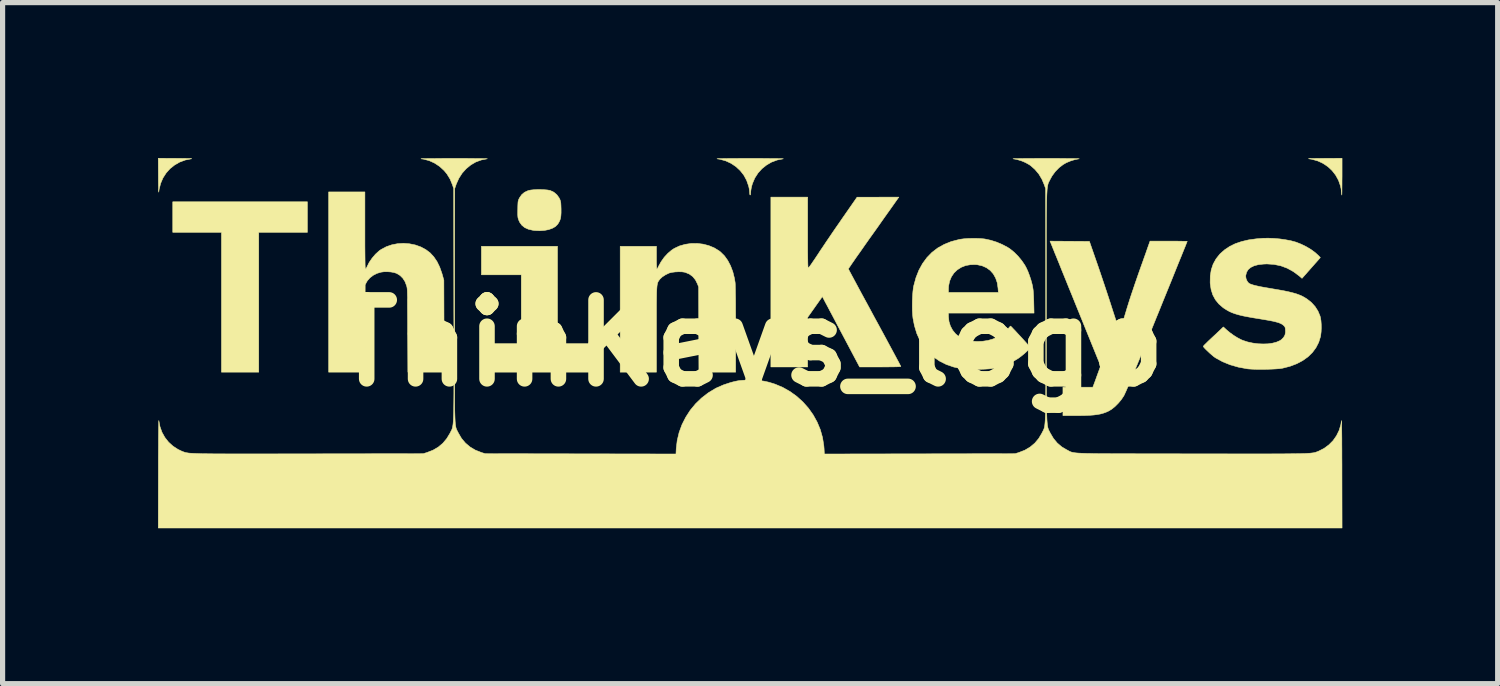
<source format=kicad_pcb>
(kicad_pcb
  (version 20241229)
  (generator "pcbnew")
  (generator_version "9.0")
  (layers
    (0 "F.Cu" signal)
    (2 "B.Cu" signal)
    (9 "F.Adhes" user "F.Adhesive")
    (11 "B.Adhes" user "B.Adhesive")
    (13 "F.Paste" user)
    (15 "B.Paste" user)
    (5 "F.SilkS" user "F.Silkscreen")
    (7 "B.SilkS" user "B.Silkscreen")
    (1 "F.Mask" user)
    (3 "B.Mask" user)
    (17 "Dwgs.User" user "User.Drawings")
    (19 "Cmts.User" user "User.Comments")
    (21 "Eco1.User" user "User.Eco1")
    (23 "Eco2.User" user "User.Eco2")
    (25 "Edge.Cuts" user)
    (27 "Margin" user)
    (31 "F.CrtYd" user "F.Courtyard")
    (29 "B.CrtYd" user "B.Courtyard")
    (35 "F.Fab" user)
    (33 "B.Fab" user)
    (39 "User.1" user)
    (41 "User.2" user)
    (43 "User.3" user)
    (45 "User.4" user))
  (footprint "ThinKeys_logo"
    (layer "F.Cu")
    (at 11.431 3.574)
    (property "Reference" "ThinKeys_logo" (at 0 0 0) (layer "F.SilkS") (effects (font (size 1.524 1.524) (thickness 0.3))))
    (attr through_hole)
    (fp_poly (pts (xy -8.547 -2.139) (xy -9.486 -2.139) (xy -9.486 0.56) (xy -10.206 0.56) (xy -10.206 -2.139) (xy -11.146 -2.139) (xy -11.146 -2.729) (xy -8.547 -2.729) (xy -8.547 -2.139)) (stroke (width 0.01) (type solid)) (fill yes) (layer "F.SilkS"))
    (fp_poly (pts (xy -3.719 0.01) (xy -3.009 0.01) (xy -3.009 0.56) (xy -5.188 0.56) (xy -5.188 0.01) (xy -4.418 0.01) (xy -4.418 -1.319) (xy -5.188 -1.319) (xy -5.188 -1.869) (xy -3.719 -1.869) (xy -3.719 0.01)) (stroke (width 0.01) (type solid)) (fill yes) (layer "F.SilkS"))
    (fp_poly (pts (xy -11.073 -3.567) (xy -10.979 -3.567) (xy -10.903 -3.566) (xy -10.844 -3.565) (xy -10.803 -3.563) (xy -10.782 -3.561) (xy -10.78 -3.559) (xy -10.788 -3.558) (xy -10.904 -3.535) (xy -11.012 -3.495) (xy -11.111 -3.438) (xy -11.199 -3.368) (xy -11.274 -3.284) (xy -11.335 -3.189) (xy -11.38 -3.084) (xy -11.409 -2.97) (xy -11.415 -2.925) (xy -11.417 -2.915) (xy -11.419 -2.925) (xy -11.421 -2.953) (xy -11.422 -2.998) (xy -11.423 -3.061) (xy -11.424 -3.141) (xy -11.424 -3.211) (xy -11.426 -3.569) (xy -11.073 -3.567)) (stroke (width 0.01) (type solid)) (fill yes) (layer "F.SilkS"))
    (fp_poly (pts (xy 11.426 -3.214) (xy 11.425 -3.132) (xy 11.425 -3.056) (xy 11.424 -2.99) (xy 11.424 -2.935) (xy 11.423 -2.893) (xy 11.422 -2.867) (xy 11.421 -2.859) (xy 11.418 -2.868) (xy 11.416 -2.891) (xy 11.416 -2.907) (xy 11.413 -2.941) (xy 11.406 -2.986) (xy 11.396 -3.03) (xy 11.396 -3.033) (xy 11.358 -3.142) (xy 11.303 -3.242) (xy 11.234 -3.331) (xy 11.151 -3.408) (xy 11.057 -3.471) (xy 10.952 -3.519) (xy 10.84 -3.55) (xy 10.788 -3.558) (xy 10.778 -3.56) (xy 10.788 -3.562) (xy 10.817 -3.564) (xy 10.865 -3.565) (xy 10.931 -3.566) (xy 11.014 -3.567) (xy 11.073 -3.567) (xy 11.426 -3.569) (xy 11.426 -3.214)) (stroke (width 0.01) (type solid)) (fill yes) (layer "F.SilkS"))
    (fp_poly (pts (xy 0.115 -3.566) (xy 0.222 -3.566) (xy 0.32 -3.565) (xy 0.407 -3.564) (xy 0.483 -3.564) (xy 0.546 -3.563) (xy 0.594 -3.562) (xy 0.626 -3.56) (xy 0.64 -3.559) (xy 0.638 -3.558) (xy 0.522 -3.535) (xy 0.414 -3.495) (xy 0.316 -3.438) (xy 0.227 -3.367) (xy 0.152 -3.284) (xy 0.09 -3.188) (xy 0.045 -3.083) (xy 0.03 -3.033) (xy 0.02 -2.988) (xy 0.013 -2.944) (xy 0.01 -2.909) (xy 0.01 -2.907) (xy 0.008 -2.879) (xy 0.003 -2.862) (xy 0 -2.859) (xy -0.006 -2.868) (xy -0.009 -2.891) (xy -0.01 -2.907) (xy -0.013 -2.941) (xy -0.019 -2.986) (xy -0.029 -3.03) (xy -0.03 -3.033) (xy -0.068 -3.142) (xy -0.122 -3.242) (xy -0.192 -3.331) (xy -0.275 -3.408) (xy -0.369 -3.471) (xy -0.473 -3.519) (xy -0.585 -3.55) (xy -0.638 -3.558) (xy -0.639 -3.559) (xy -0.622 -3.561) (xy -0.588 -3.562) (xy -0.538 -3.563) (xy -0.473 -3.564) (xy -0.395 -3.565) (xy -0.306 -3.565) (xy -0.207 -3.566) (xy -0.098 -3.566) (xy 0 -3.566) (xy 0.115 -3.566)) (stroke (width 0.01) (type solid)) (fill yes) (layer "F.SilkS"))
    (fp_poly (pts (xy -3.977 -2.962) (xy -3.917 -2.957) (xy -3.869 -2.949) (xy -3.856 -2.945) (xy -3.789 -2.913) (xy -3.732 -2.865) (xy -3.688 -2.804) (xy -3.682 -2.791) (xy -3.67 -2.767) (xy -3.663 -2.745) (xy -3.657 -2.721) (xy -3.654 -2.69) (xy -3.652 -2.649) (xy -3.65 -2.591) (xy -3.65 -2.589) (xy -3.65 -2.513) (xy -3.654 -2.453) (xy -3.662 -2.404) (xy -3.677 -2.362) (xy -3.698 -2.322) (xy -3.719 -2.291) (xy -3.761 -2.25) (xy -3.819 -2.217) (xy -3.89 -2.192) (xy -3.972 -2.176) (xy -4.062 -2.17) (xy -4.156 -2.174) (xy -4.194 -2.179) (xy -4.281 -2.199) (xy -4.352 -2.231) (xy -4.408 -2.277) (xy -4.45 -2.335) (xy -4.467 -2.374) (xy -4.476 -2.399) (xy -4.482 -2.422) (xy -4.485 -2.449) (xy -4.487 -2.482) (xy -4.487 -2.528) (xy -4.486 -2.588) (xy -4.486 -2.589) (xy -4.485 -2.649) (xy -4.483 -2.693) (xy -4.481 -2.725) (xy -4.476 -2.749) (xy -4.47 -2.769) (xy -4.46 -2.79) (xy -4.453 -2.804) (xy -4.411 -2.865) (xy -4.356 -2.912) (xy -4.287 -2.944) (xy -4.28 -2.946) (xy -4.237 -2.955) (xy -4.18 -2.961) (xy -4.114 -2.965) (xy -4.045 -2.965) (xy -3.977 -2.962)) (stroke (width 0.01) (type solid)) (fill yes) (layer "F.SilkS"))
    (fp_poly (pts (xy -7.437 -2.174) (xy -7.437 -2.017) (xy -7.437 -1.879) (xy -7.436 -1.761) (xy -7.435 -1.661) (xy -7.434 -1.579) (xy -7.433 -1.516) (xy -7.431 -1.47) (xy -7.429 -1.442) (xy -7.427 -1.43) (xy -7.427 -1.429) (xy -7.416 -1.438) (xy -7.404 -1.459) (xy -7.4 -1.467) (xy -7.356 -1.555) (xy -7.298 -1.64) (xy -7.232 -1.718) (xy -7.16 -1.783) (xy -7.124 -1.808) (xy -7.025 -1.861) (xy -6.918 -1.898) (xy -6.806 -1.92) (xy -6.691 -1.927) (xy -6.576 -1.918) (xy -6.463 -1.895) (xy -6.357 -1.857) (xy -6.259 -1.804) (xy -6.178 -1.743) (xy -6.107 -1.666) (xy -6.045 -1.575) (xy -5.993 -1.468) (xy -5.949 -1.343) (xy -5.94 -1.311) (xy -5.913 -1.215) (xy -5.91 -0.327) (xy -5.907 0.56) (xy -6.606 0.56) (xy -6.61 -0.242) (xy -6.61 -0.389) (xy -6.611 -0.518) (xy -6.612 -0.629) (xy -6.613 -0.724) (xy -6.613 -0.805) (xy -6.614 -0.873) (xy -6.616 -0.929) (xy -6.617 -0.974) (xy -6.618 -1.011) (xy -6.62 -1.039) (xy -6.622 -1.062) (xy -6.625 -1.079) (xy -6.628 -1.093) (xy -6.63 -1.102) (xy -6.662 -1.187) (xy -6.705 -1.254) (xy -6.759 -1.307) (xy -6.825 -1.347) (xy -6.874 -1.363) (xy -6.935 -1.374) (xy -7.003 -1.379) (xy -7.07 -1.378) (xy -7.127 -1.37) (xy -7.206 -1.346) (xy -7.278 -1.309) (xy -7.34 -1.261) (xy -7.389 -1.205) (xy -7.409 -1.171) (xy -7.432 -1.125) (xy -7.435 -0.282) (xy -7.438 0.56) (xy -8.137 0.56) (xy -8.137 -2.919) (xy -7.437 -2.919) (xy -7.437 -2.174)) (stroke (width 0.01) (type solid)) (fill yes) (layer "F.SilkS"))
    (fp_poly (pts (xy -0.908 -1.911) (xy -0.797 -1.882) (xy -0.693 -1.839) (xy -0.599 -1.781) (xy -0.571 -1.759) (xy -0.497 -1.686) (xy -0.433 -1.597) (xy -0.379 -1.494) (xy -0.335 -1.379) (xy -0.304 -1.255) (xy -0.29 -1.17) (xy -0.288 -1.144) (xy -0.287 -1.098) (xy -0.285 -1.035) (xy -0.284 -0.955) (xy -0.282 -0.86) (xy -0.281 -0.749) (xy -0.281 -0.625) (xy -0.28 -0.488) (xy -0.28 -0.339) (xy -0.28 -0.263) (xy -0.28 0.56) (xy -0.989 0.56) (xy -0.992 -0.262) (xy -0.995 -1.085) (xy -1.017 -1.143) (xy -1.056 -1.221) (xy -1.108 -1.285) (xy -1.173 -1.333) (xy -1.248 -1.364) (xy -1.268 -1.37) (xy -1.319 -1.377) (xy -1.381 -1.378) (xy -1.446 -1.375) (xy -1.508 -1.367) (xy -1.558 -1.355) (xy -1.567 -1.352) (xy -1.635 -1.319) (xy -1.695 -1.28) (xy -1.74 -1.238) (xy -1.749 -1.226) (xy -1.76 -1.212) (xy -1.769 -1.199) (xy -1.777 -1.185) (xy -1.784 -1.17) (xy -1.789 -1.152) (xy -1.794 -1.129) (xy -1.798 -1.101) (xy -1.801 -1.065) (xy -1.804 -1.021) (xy -1.806 -0.968) (xy -1.807 -0.903) (xy -1.808 -0.826) (xy -1.809 -0.735) (xy -1.809 -0.629) (xy -1.809 -0.507) (xy -1.809 -0.366) (xy -1.809 -0.263) (xy -1.809 0.56) (xy -2.509 0.56) (xy -2.509 -1.869) (xy -1.809 -1.869) (xy -1.809 -1.649) (xy -1.809 -1.585) (xy -1.808 -1.529) (xy -1.806 -1.482) (xy -1.804 -1.449) (xy -1.802 -1.431) (xy -1.801 -1.429) (xy -1.793 -1.438) (xy -1.78 -1.459) (xy -1.769 -1.482) (xy -1.719 -1.572) (xy -1.659 -1.657) (xy -1.59 -1.732) (xy -1.516 -1.795) (xy -1.466 -1.828) (xy -1.364 -1.876) (xy -1.255 -1.907) (xy -1.14 -1.924) (xy -1.023 -1.925) (xy -0.908 -1.911)) (stroke (width 0.01) (type solid)) (fill yes) (layer "F.SilkS"))
    (fp_poly (pts (xy 1.11 -2.134) (xy 1.11 -1.995) (xy 1.11 -1.875) (xy 1.11 -1.773) (xy 1.111 -1.687) (xy 1.112 -1.617) (xy 1.113 -1.56) (xy 1.114 -1.517) (xy 1.116 -1.485) (xy 1.117 -1.464) (xy 1.12 -1.453) (xy 1.122 -1.45) (xy 1.13 -1.458) (xy 1.148 -1.481) (xy 1.174 -1.516) (xy 1.206 -1.563) (xy 1.244 -1.618) (xy 1.285 -1.68) (xy 1.31 -1.717) (xy 1.352 -1.782) (xy 1.405 -1.86) (xy 1.464 -1.949) (xy 1.529 -2.044) (xy 1.596 -2.143) (xy 1.664 -2.242) (xy 1.731 -2.338) (xy 1.774 -2.401) (xy 2.064 -2.818) (xy 2.467 -2.818) (xy 2.87 -2.819) (xy 2.851 -2.791) (xy 2.842 -2.779) (xy 2.823 -2.752) (xy 2.794 -2.711) (xy 2.756 -2.657) (xy 2.71 -2.592) (xy 2.657 -2.518) (xy 2.598 -2.435) (xy 2.534 -2.344) (xy 2.466 -2.247) (xy 2.394 -2.146) (xy 2.364 -2.104) (xy 2.291 -2.002) (xy 2.222 -1.904) (xy 2.158 -1.812) (xy 2.098 -1.727) (xy 2.044 -1.651) (xy 1.998 -1.584) (xy 1.959 -1.528) (xy 1.929 -1.483) (xy 1.908 -1.453) (xy 1.897 -1.436) (xy 1.896 -1.434) (xy 1.901 -1.424) (xy 1.914 -1.397) (xy 1.936 -1.356) (xy 1.966 -1.3) (xy 2.003 -1.231) (xy 2.046 -1.151) (xy 2.095 -1.06) (xy 2.149 -0.959) (xy 2.208 -0.851) (xy 2.271 -0.735) (xy 2.337 -0.613) (xy 2.402 -0.492) (xy 2.471 -0.366) (xy 2.537 -0.244) (xy 2.6 -0.128) (xy 2.658 -0.02) (xy 2.712 0.08) (xy 2.761 0.171) (xy 2.804 0.251) (xy 2.84 0.319) (xy 2.87 0.374) (xy 2.891 0.415) (xy 2.905 0.44) (xy 2.909 0.45) (xy 2.899 0.453) (xy 2.869 0.455) (xy 2.819 0.457) (xy 2.749 0.458) (xy 2.659 0.459) (xy 2.55 0.46) (xy 2.511 0.46) (xy 2.113 0.46) (xy 1.789 -0.152) (xy 1.733 -0.257) (xy 1.68 -0.358) (xy 1.63 -0.453) (xy 1.583 -0.542) (xy 1.54 -0.622) (xy 1.504 -0.691) (xy 1.473 -0.749) (xy 1.449 -0.793) (xy 1.434 -0.823) (xy 1.429 -0.832) (xy 1.394 -0.899) (xy 1.252 -0.699) (xy 1.11 -0.498) (xy 1.11 0.46) (xy 0.4 0.46) (xy 0.4 -2.819) (xy 1.11 -2.819) (xy 1.11 -2.134)) (stroke (width 0.01) (type solid)) (fill yes) (layer "F.SilkS"))
    (fp_poly (pts (xy 6.549 -1.964) (xy 6.714 -1.489) (xy 6.752 -1.378) (xy 6.793 -1.256) (xy 6.836 -1.128) (xy 6.88 -0.996) (xy 6.924 -0.863) (xy 6.966 -0.733) (xy 7.006 -0.608) (xy 7.044 -0.492) (xy 7.077 -0.387) (xy 7.104 -0.297) (xy 7.113 -0.267) (xy 7.124 -0.253) (xy 7.132 -0.25) (xy 7.136 -0.25) (xy 7.14 -0.253) (xy 7.144 -0.259) (xy 7.149 -0.27) (xy 7.156 -0.288) (xy 7.165 -0.314) (xy 7.177 -0.351) (xy 7.192 -0.399) (xy 7.21 -0.46) (xy 7.233 -0.536) (xy 7.261 -0.629) (xy 7.282 -0.698) (xy 7.302 -0.762) (xy 7.327 -0.841) (xy 7.357 -0.933) (xy 7.391 -1.033) (xy 7.426 -1.137) (xy 7.463 -1.244) (xy 7.499 -1.348) (xy 7.518 -1.402) (xy 7.551 -1.495) (xy 7.583 -1.584) (xy 7.612 -1.666) (xy 7.639 -1.741) (xy 7.661 -1.805) (xy 7.679 -1.856) (xy 7.692 -1.893) (xy 7.699 -1.912) (xy 7.719 -1.969) (xy 8.078 -1.969) (xy 8.16 -1.969) (xy 8.236 -1.969) (xy 8.303 -1.968) (xy 8.359 -1.967) (xy 8.401 -1.967) (xy 8.428 -1.966) (xy 8.437 -1.965) (xy 8.433 -1.955) (xy 8.422 -1.928) (xy 8.405 -1.884) (xy 8.381 -1.825) (xy 8.351 -1.751) (xy 8.316 -1.664) (xy 8.275 -1.564) (xy 8.23 -1.453) (xy 8.181 -1.331) (xy 8.128 -1.199) (xy 8.071 -1.059) (xy 8.011 -0.912) (xy 7.948 -0.757) (xy 7.884 -0.598) (xy 7.849 -0.513) (xy 7.759 -0.29) (xy 7.676 -0.086) (xy 7.6 0.1) (xy 7.531 0.268) (xy 7.469 0.419) (xy 7.414 0.552) (xy 7.365 0.668) (xy 7.324 0.768) (xy 7.288 0.851) (xy 7.26 0.917) (xy 7.237 0.967) (xy 7.221 1.002) (xy 7.212 1.019) (xy 7.163 1.092) (xy 7.104 1.162) (xy 7.041 1.225) (xy 6.976 1.277) (xy 6.917 1.312) (xy 6.868 1.334) (xy 6.817 1.352) (xy 6.763 1.367) (xy 6.702 1.378) (xy 6.634 1.387) (xy 6.554 1.393) (xy 6.461 1.397) (xy 6.352 1.399) (xy 6.265 1.399) (xy 6.038 1.399) (xy 6.038 0.85) (xy 6.615 0.85) (xy 6.626 0.822) (xy 6.633 0.804) (xy 6.645 0.771) (xy 6.662 0.726) (xy 6.681 0.673) (xy 6.701 0.617) (xy 6.766 0.44) (xy 6.331 -0.632) (xy 6.273 -0.775) (xy 6.217 -0.914) (xy 6.162 -1.048) (xy 6.11 -1.177) (xy 6.061 -1.298) (xy 6.015 -1.411) (xy 5.974 -1.514) (xy 5.937 -1.605) (xy 5.905 -1.684) (xy 5.878 -1.748) (xy 5.859 -1.798) (xy 5.845 -1.83) (xy 5.843 -1.837) (xy 5.789 -1.969) (xy 6.549 -1.964)) (stroke (width 0.01) (type solid)) (fill yes) (layer "F.SilkS"))
    (fp_poly (pts (xy 4.364 -2.022) (xy 4.443 -2.019) (xy 4.511 -2.013) (xy 4.533 -2.01) (xy 4.644 -1.986) (xy 4.758 -1.95) (xy 4.868 -1.903) (xy 4.969 -1.85) (xy 5.023 -1.814) (xy 5.099 -1.752) (xy 5.174 -1.676) (xy 5.244 -1.591) (xy 5.303 -1.504) (xy 5.33 -1.454) (xy 5.361 -1.387) (xy 5.391 -1.308) (xy 5.419 -1.224) (xy 5.441 -1.144) (xy 5.448 -1.114) (xy 5.456 -1.071) (xy 5.463 -1.026) (xy 5.467 -0.974) (xy 5.471 -0.911) (xy 5.474 -0.835) (xy 5.475 -0.797) (xy 5.48 -0.58) (xy 3.828 -0.58) (xy 3.828 -0.512) (xy 3.838 -0.419) (xy 3.865 -0.331) (xy 3.908 -0.25) (xy 3.966 -0.179) (xy 4.036 -0.121) (xy 4.093 -0.089) (xy 4.179 -0.058) (xy 4.276 -0.039) (xy 4.38 -0.032) (xy 4.487 -0.036) (xy 4.591 -0.052) (xy 4.687 -0.08) (xy 4.728 -0.097) (xy 4.774 -0.121) (xy 4.826 -0.154) (xy 4.879 -0.192) (xy 4.929 -0.232) (xy 4.969 -0.268) (xy 4.99 -0.291) (xy 5.009 -0.313) (xy 5.023 -0.327) (xy 5.027 -0.33) (xy 5.035 -0.323) (xy 5.055 -0.303) (xy 5.083 -0.273) (xy 5.119 -0.236) (xy 5.159 -0.192) (xy 5.202 -0.146) (xy 5.246 -0.098) (xy 5.289 -0.051) (xy 5.328 -0.008) (xy 5.361 0.029) (xy 5.387 0.058) (xy 5.402 0.076) (xy 5.406 0.082) (xy 5.401 0.094) (xy 5.384 0.116) (xy 5.356 0.144) (xy 5.321 0.177) (xy 5.281 0.212) (xy 5.241 0.245) (xy 5.201 0.275) (xy 5.178 0.292) (xy 5.074 0.355) (xy 4.974 0.405) (xy 4.872 0.444) (xy 4.759 0.474) (xy 4.728 0.481) (xy 4.676 0.49) (xy 4.608 0.497) (xy 4.529 0.502) (xy 4.443 0.505) (xy 4.356 0.507) (xy 4.271 0.507) (xy 4.193 0.504) (xy 4.126 0.5) (xy 4.085 0.495) (xy 3.93 0.461) (xy 3.787 0.412) (xy 3.658 0.347) (xy 3.542 0.268) (xy 3.439 0.175) (xy 3.351 0.067) (xy 3.276 -0.054) (xy 3.216 -0.189) (xy 3.171 -0.338) (xy 3.143 -0.482) (xy 3.136 -0.55) (xy 3.131 -0.631) (xy 3.13 -0.72) (xy 3.131 -0.812) (xy 3.135 -0.903) (xy 3.141 -0.987) (xy 3.148 -1.047) (xy 3.828 -1.047) (xy 3.828 -0.98) (xy 4.791 -0.98) (xy 4.785 -1.062) (xy 4.77 -1.166) (xy 4.738 -1.258) (xy 4.693 -1.338) (xy 4.634 -1.404) (xy 4.562 -1.456) (xy 4.478 -1.493) (xy 4.383 -1.514) (xy 4.359 -1.516) (xy 4.256 -1.515) (xy 4.16 -1.498) (xy 4.074 -1.464) (xy 3.999 -1.416) (xy 3.935 -1.355) (xy 3.885 -1.281) (xy 3.85 -1.197) (xy 3.831 -1.104) (xy 3.828 -1.047) (xy 3.148 -1.047) (xy 3.149 -1.06) (xy 3.158 -1.107) (xy 3.201 -1.265) (xy 3.258 -1.409) (xy 3.329 -1.538) (xy 3.413 -1.652) (xy 3.51 -1.752) (xy 3.621 -1.837) (xy 3.745 -1.906) (xy 3.881 -1.961) (xy 4.031 -2) (xy 4.062 -2.006) (xy 4.123 -2.014) (xy 4.198 -2.02) (xy 4.28 -2.022) (xy 4.364 -2.022)) (stroke (width 0.01) (type solid)) (fill yes) (layer "F.SilkS"))
    (fp_poly (pts (xy 10.11 -2.022) (xy 10.223 -2.012) (xy 10.334 -1.996) (xy 10.437 -1.977) (xy 10.525 -1.953) (xy 10.536 -1.95) (xy 10.635 -1.911) (xy 10.733 -1.863) (xy 10.825 -1.808) (xy 10.906 -1.749) (xy 10.969 -1.692) (xy 11.007 -1.652) (xy 10.653 -1.251) (xy 10.597 -1.299) (xy 10.485 -1.382) (xy 10.367 -1.447) (xy 10.243 -1.493) (xy 10.112 -1.52) (xy 9.974 -1.529) (xy 9.907 -1.526) (xy 9.809 -1.515) (xy 9.727 -1.493) (xy 9.662 -1.461) (xy 9.613 -1.419) (xy 9.582 -1.367) (xy 9.567 -1.306) (xy 9.567 -1.284) (xy 9.572 -1.249) (xy 9.587 -1.21) (xy 9.608 -1.176) (xy 9.628 -1.156) (xy 9.652 -1.143) (xy 9.684 -1.131) (xy 9.727 -1.118) (xy 9.781 -1.105) (xy 9.849 -1.09) (xy 9.932 -1.075) (xy 10.032 -1.058) (xy 10.078 -1.05) (xy 10.201 -1.029) (xy 10.306 -1.01) (xy 10.396 -0.991) (xy 10.473 -0.972) (xy 10.54 -0.953) (xy 10.598 -0.932) (xy 10.65 -0.91) (xy 10.698 -0.884) (xy 10.745 -0.855) (xy 10.748 -0.853) (xy 10.833 -0.786) (xy 10.905 -0.707) (xy 10.961 -0.619) (xy 11.001 -0.524) (xy 11.01 -0.489) (xy 11.019 -0.433) (xy 11.024 -0.365) (xy 11.025 -0.291) (xy 11.022 -0.218) (xy 11.014 -0.153) (xy 11.01 -0.127) (xy 10.975 -0.015) (xy 10.922 0.088) (xy 10.853 0.181) (xy 10.768 0.264) (xy 10.667 0.336) (xy 10.552 0.397) (xy 10.423 0.446) (xy 10.28 0.483) (xy 10.266 0.485) (xy 10.22 0.492) (xy 10.158 0.497) (xy 10.084 0.501) (xy 10.002 0.504) (xy 9.917 0.506) (xy 9.832 0.506) (xy 9.752 0.505) (xy 9.681 0.502) (xy 9.622 0.498) (xy 9.596 0.495) (xy 9.424 0.463) (xy 9.267 0.418) (xy 9.123 0.36) (xy 8.991 0.288) (xy 8.971 0.275) (xy 8.945 0.256) (xy 8.912 0.228) (xy 8.875 0.196) (xy 8.838 0.161) (xy 8.803 0.128) (xy 8.774 0.098) (xy 8.754 0.075) (xy 8.747 0.062) (xy 8.747 0.062) (xy 8.754 0.052) (xy 8.773 0.031) (xy 8.803 0.002) (xy 8.84 -0.035) (xy 8.884 -0.076) (xy 8.889 -0.081) (xy 8.937 -0.126) (xy 8.985 -0.17) (xy 9.027 -0.21) (xy 9.062 -0.243) (xy 9.083 -0.263) (xy 9.135 -0.313) (xy 9.198 -0.255) (xy 9.263 -0.201) (xy 9.335 -0.149) (xy 9.409 -0.103) (xy 9.48 -0.066) (xy 9.514 -0.052) (xy 9.606 -0.022) (xy 9.704 -0.001) (xy 9.804 0.012) (xy 9.903 0.016) (xy 9.997 0.013) (xy 10.085 0.000392) (xy 10.162 -0.02) (xy 10.226 -0.048) (xy 10.256 -0.068) (xy 10.298 -0.111) (xy 10.324 -0.157) (xy 10.334 -0.212) (xy 10.333 -0.244) (xy 10.331 -0.281) (xy 10.326 -0.305) (xy 10.316 -0.323) (xy 10.298 -0.342) (xy 10.294 -0.345) (xy 10.271 -0.363) (xy 10.241 -0.379) (xy 10.202 -0.395) (xy 10.152 -0.409) (xy 10.091 -0.424) (xy 10.014 -0.439) (xy 9.921 -0.455) (xy 9.831 -0.47) (xy 9.707 -0.49) (xy 9.601 -0.509) (xy 9.51 -0.527) (xy 9.432 -0.546) (xy 9.364 -0.566) (xy 9.305 -0.587) (xy 9.251 -0.611) (xy 9.201 -0.639) (xy 9.152 -0.67) (xy 9.13 -0.685) (xy 9.048 -0.756) (xy 8.981 -0.838) (xy 8.931 -0.931) (xy 8.898 -1.036) (xy 8.881 -1.151) (xy 8.88 -1.169) (xy 8.882 -1.297) (xy 8.901 -1.416) (xy 8.938 -1.526) (xy 8.993 -1.626) (xy 9.065 -1.717) (xy 9.076 -1.728) (xy 9.161 -1.803) (xy 9.257 -1.867) (xy 9.365 -1.92) (xy 9.486 -1.961) (xy 9.621 -1.993) (xy 9.772 -2.014) (xy 9.896 -2.024) (xy 9.999 -2.026) (xy 10.11 -2.022)) (stroke (width 0.01) (type solid)) (fill yes) (layer "F.SilkS"))
    (fp_poly (pts (xy 5.836 -3.566) (xy 5.949 -3.566) (xy 6.05 -3.565) (xy 6.138 -3.564) (xy 6.213 -3.564) (xy 6.273 -3.563) (xy 6.316 -3.561) (xy 6.343 -3.56) (xy 6.352 -3.559) (xy 6.347 -3.558) (xy 6.269 -3.543) (xy 6.185 -3.517) (xy 6.103 -3.483) (xy 6.041 -3.447) (xy 5.963 -3.387) (xy 5.89 -3.312) (xy 5.828 -3.228) (xy 5.793 -3.165) (xy 5.785 -3.148) (xy 5.777 -3.133) (xy 5.77 -3.12) (xy 5.763 -3.106) (xy 5.757 -3.093) (xy 5.752 -3.077) (xy 5.747 -3.06) (xy 5.743 -3.04) (xy 5.739 -3.016) (xy 5.735 -2.987) (xy 5.732 -2.954) (xy 5.73 -2.914) (xy 5.727 -2.867) (xy 5.725 -2.812) (xy 5.723 -2.749) (xy 5.722 -2.677) (xy 5.721 -2.594) (xy 5.72 -2.5) (xy 5.719 -2.395) (xy 5.719 -2.277) (xy 5.718 -2.146) (xy 5.718 -2) (xy 5.718 -1.84) (xy 5.718 -1.664) (xy 5.718 -1.471) (xy 5.718 -1.261) (xy 5.718 -1.033) (xy 5.718 -0.785) (xy 5.718 -0.715) (xy 5.718 -0.462) (xy 5.718 -0.229) (xy 5.718 -0.014) (xy 5.718 0.184) (xy 5.718 0.365) (xy 5.718 0.529) (xy 5.718 0.679) (xy 5.718 0.814) (xy 5.719 0.936) (xy 5.72 1.044) (xy 5.721 1.141) (xy 5.722 1.227) (xy 5.723 1.302) (xy 5.725 1.368) (xy 5.727 1.425) (xy 5.729 1.474) (xy 5.732 1.515) (xy 5.735 1.551) (xy 5.738 1.58) (xy 5.742 1.605) (xy 5.746 1.627) (xy 5.751 1.644) (xy 5.756 1.66) (xy 5.762 1.674) (xy 5.768 1.687) (xy 5.775 1.7) (xy 5.782 1.714) (xy 5.79 1.73) (xy 5.792 1.734) (xy 5.854 1.839) (xy 5.928 1.928) (xy 6.016 2.003) (xy 6.113 2.06) (xy 6.129 2.068) (xy 6.143 2.076) (xy 6.155 2.083) (xy 6.167 2.089) (xy 6.18 2.095) (xy 6.193 2.1) (xy 6.208 2.105) (xy 6.226 2.109) (xy 6.248 2.113) (xy 6.274 2.117) (xy 6.304 2.12) (xy 6.341 2.123) (xy 6.384 2.125) (xy 6.435 2.127) (xy 6.494 2.129) (xy 6.563 2.13) (xy 6.641 2.132) (xy 6.73 2.133) (xy 6.83 2.134) (xy 6.943 2.134) (xy 7.069 2.135) (xy 7.209 2.135) (xy 7.363 2.135) (xy 7.533 2.136) (xy 7.719 2.136) (xy 7.923 2.136) (xy 8.144 2.136) (xy 8.384 2.137) (xy 8.526 2.137) (xy 8.78 2.137) (xy 9.014 2.137) (xy 9.229 2.138) (xy 9.428 2.138) (xy 9.609 2.138) (xy 9.774 2.138) (xy 9.924 2.138) (xy 10.06 2.138) (xy 10.182 2.137) (xy 10.292 2.137) (xy 10.389 2.136) (xy 10.475 2.135) (xy 10.551 2.134) (xy 10.617 2.133) (xy 10.675 2.131) (xy 10.724 2.13) (xy 10.766 2.127) (xy 10.802 2.125) (xy 10.832 2.122) (xy 10.857 2.119) (xy 10.879 2.116) (xy 10.897 2.112) (xy 10.913 2.108) (xy 10.927 2.103) (xy 10.94 2.098) (xy 10.954 2.093) (xy 10.968 2.087) (xy 10.976 2.084) (xy 11.08 2.031) (xy 11.173 1.962) (xy 11.253 1.881) (xy 11.319 1.787) (xy 11.37 1.683) (xy 11.403 1.571) (xy 11.415 1.495) (xy 11.416 1.496) (xy 11.417 1.514) (xy 11.418 1.551) (xy 11.419 1.604) (xy 11.42 1.672) (xy 11.421 1.755) (xy 11.422 1.85) (xy 11.422 1.957) (xy 11.423 2.075) (xy 11.423 2.202) (xy 11.424 2.337) (xy 11.424 2.479) (xy 11.424 2.497) (xy 11.426 3.569) (xy -11.426 3.569) (xy -11.424 2.497) (xy -11.424 2.354) (xy -11.424 2.218) (xy -11.423 2.09) (xy -11.422 1.971) (xy -11.422 1.862) (xy -11.421 1.766) (xy -11.42 1.682) (xy -11.419 1.612) (xy -11.418 1.557) (xy -11.417 1.518) (xy -11.416 1.497) (xy -11.415 1.494) (xy -11.415 1.495) (xy -11.393 1.611) (xy -11.354 1.721) (xy -11.298 1.821) (xy -11.227 1.911) (xy -11.142 1.988) (xy -11.045 2.051) (xy -10.976 2.084) (xy -10.961 2.09) (xy -10.947 2.095) (xy -10.934 2.101) (xy -10.92 2.105) (xy -10.906 2.11) (xy -10.889 2.114) (xy -10.869 2.117) (xy -10.846 2.121) (xy -10.818 2.124) (xy -10.786 2.126) (xy -10.747 2.128) (xy -10.702 2.13) (xy -10.648 2.132) (xy -10.587 2.134) (xy -10.516 2.135) (xy -10.436 2.136) (xy -10.344 2.137) (xy -10.241 2.137) (xy -10.126 2.138) (xy -9.998 2.138) (xy -9.855 2.138) (xy -9.698 2.138) (xy -9.525 2.138) (xy -9.336 2.138) (xy -9.129 2.138) (xy -8.905 2.137) (xy -8.662 2.137) (xy -8.526 2.137) (xy -6.313 2.134) (xy -6.238 2.111) (xy -6.122 2.066) (xy -6.021 2.007) (xy -5.933 1.933) (xy -5.858 1.844) (xy -5.795 1.74) (xy -5.792 1.734) (xy -5.784 1.718) (xy -5.777 1.704) (xy -5.77 1.69) (xy -5.763 1.677) (xy -5.757 1.664) (xy -5.752 1.649) (xy -5.747 1.632) (xy -5.743 1.612) (xy -5.739 1.588) (xy -5.735 1.56) (xy -5.732 1.527) (xy -5.729 1.487) (xy -5.727 1.44) (xy -5.725 1.386) (xy -5.723 1.324) (xy -5.722 1.252) (xy -5.721 1.17) (xy -5.72 1.077) (xy -5.719 0.972) (xy -5.719 0.855) (xy -5.719 0.725) (xy -5.719 0.58) (xy -5.719 0.421) (xy -5.719 0.246) (xy -5.719 0.055) (xy -5.719 -0.153) (xy -5.719 -0.38) (xy -5.72 -0.625) (xy -5.72 -0.75) (xy -5.723 -2.984) (xy -5.746 -3.054) (xy -5.792 -3.166) (xy -5.852 -3.264) (xy -5.907 -3.331) (xy -5.994 -3.411) (xy -6.091 -3.475) (xy -6.196 -3.523) (xy -6.306 -3.552) (xy -6.351 -3.558) (xy -6.353 -3.56) (xy -6.337 -3.561) (xy -6.303 -3.562) (xy -6.253 -3.563) (xy -6.189 -3.564) (xy -6.112 -3.564) (xy -6.024 -3.565) (xy -5.924 -3.566) (xy -5.816 -3.566) (xy -5.713 -3.566) (xy -5.59 -3.566) (xy -5.477 -3.566) (xy -5.376 -3.565) (xy -5.287 -3.564) (xy -5.213 -3.564) (xy -5.153 -3.563) (xy -5.109 -3.561) (xy -5.082 -3.56) (xy -5.074 -3.559) (xy -5.078 -3.558) (xy -5.19 -3.536) (xy -5.296 -3.497) (xy -5.393 -3.44) (xy -5.481 -3.368) (xy -5.558 -3.283) (xy -5.622 -3.184) (xy -5.672 -3.074) (xy -5.679 -3.054) (xy -5.703 -2.984) (xy -5.706 -0.75) (xy -5.706 -0.495) (xy -5.706 -0.26) (xy -5.706 -0.043) (xy -5.707 0.157) (xy -5.707 0.339) (xy -5.707 0.506) (xy -5.707 0.657) (xy -5.707 0.794) (xy -5.706 0.917) (xy -5.706 1.028) (xy -5.705 1.126) (xy -5.704 1.213) (xy -5.703 1.29) (xy -5.701 1.357) (xy -5.699 1.415) (xy -5.697 1.465) (xy -5.695 1.508) (xy -5.692 1.545) (xy -5.689 1.575) (xy -5.685 1.601) (xy -5.681 1.623) (xy -5.676 1.641) (xy -5.671 1.657) (xy -5.665 1.671) (xy -5.659 1.684) (xy -5.652 1.697) (xy -5.645 1.711) (xy -5.637 1.726) (xy -5.633 1.734) (xy -5.572 1.839) (xy -5.496 1.929) (xy -5.407 2.004) (xy -5.305 2.065) (xy -5.19 2.11) (xy -5.188 2.111) (xy -5.113 2.134) (xy -1.432 2.14) (xy -1.427 2.037) (xy -1.408 1.878) (xy -1.371 1.723) (xy -1.316 1.573) (xy -1.244 1.431) (xy -1.157 1.296) (xy -1.055 1.172) (xy -0.939 1.06) (xy -0.81 0.96) (xy -0.67 0.875) (xy -0.644 0.862) (xy -0.513 0.805) (xy -0.37 0.758) (xy -0.289 0.738) (xy -0.246 0.729) (xy -0.207 0.723) (xy -0.166 0.719) (xy -0.119 0.716) (xy -0.06 0.715) (xy 0 0.715) (xy 0.102 0.717) (xy 0.189 0.723) (xy 0.269 0.734) (xy 0.347 0.751) (xy 0.429 0.775) (xy 0.479 0.791) (xy 0.629 0.854) (xy 0.77 0.934) (xy 0.9 1.028) (xy 1.018 1.135) (xy 1.124 1.254) (xy 1.216 1.384) (xy 1.293 1.523) (xy 1.354 1.669) (xy 1.397 1.822) (xy 1.422 1.979) (xy 1.427 2.037) (xy 1.432 2.14) (xy 3.273 2.137) (xy 5.113 2.134) (xy 5.188 2.111) (xy 5.303 2.066) (xy 5.406 2.005) (xy 5.495 1.93) (xy 5.57 1.841) (xy 5.632 1.737) (xy 5.633 1.734) (xy 5.641 1.718) (xy 5.649 1.703) (xy 5.656 1.69) (xy 5.662 1.677) (xy 5.668 1.663) (xy 5.674 1.648) (xy 5.679 1.631) (xy 5.683 1.611) (xy 5.687 1.587) (xy 5.69 1.559) (xy 5.693 1.525) (xy 5.696 1.486) (xy 5.698 1.439) (xy 5.7 1.385) (xy 5.702 1.323) (xy 5.704 1.251) (xy 5.705 1.169) (xy 5.706 1.076) (xy 5.706 0.972) (xy 5.707 0.855) (xy 5.707 0.725) (xy 5.707 0.581) (xy 5.707 0.422) (xy 5.707 0.247) (xy 5.707 0.056) (xy 5.706 -0.152) (xy 5.706 -0.378) (xy 5.706 -0.623) (xy 5.706 -0.75) (xy 5.703 -2.984) (xy 5.679 -3.054) (xy 5.633 -3.163) (xy 5.573 -3.264) (xy 5.499 -3.352) (xy 5.416 -3.426) (xy 5.385 -3.447) (xy 5.313 -3.487) (xy 5.231 -3.521) (xy 5.147 -3.546) (xy 5.078 -3.558) (xy 5.075 -3.559) (xy 5.09 -3.561) (xy 5.123 -3.562) (xy 5.172 -3.563) (xy 5.237 -3.564) (xy 5.317 -3.565) (xy 5.41 -3.565) (xy 5.515 -3.566) (xy 5.632 -3.566) (xy 5.713 -3.566) (xy 5.836 -3.566)) (stroke (width 0.01) (type solid)) (fill yes) (layer "F.SilkS")))
  (gr_rect
    (start -3 -3)
    (end 25.861 10.147)
    (stroke (width 0.1) (type default))
    (fill no)
    (layer "Edge.Cuts")))
</source>
